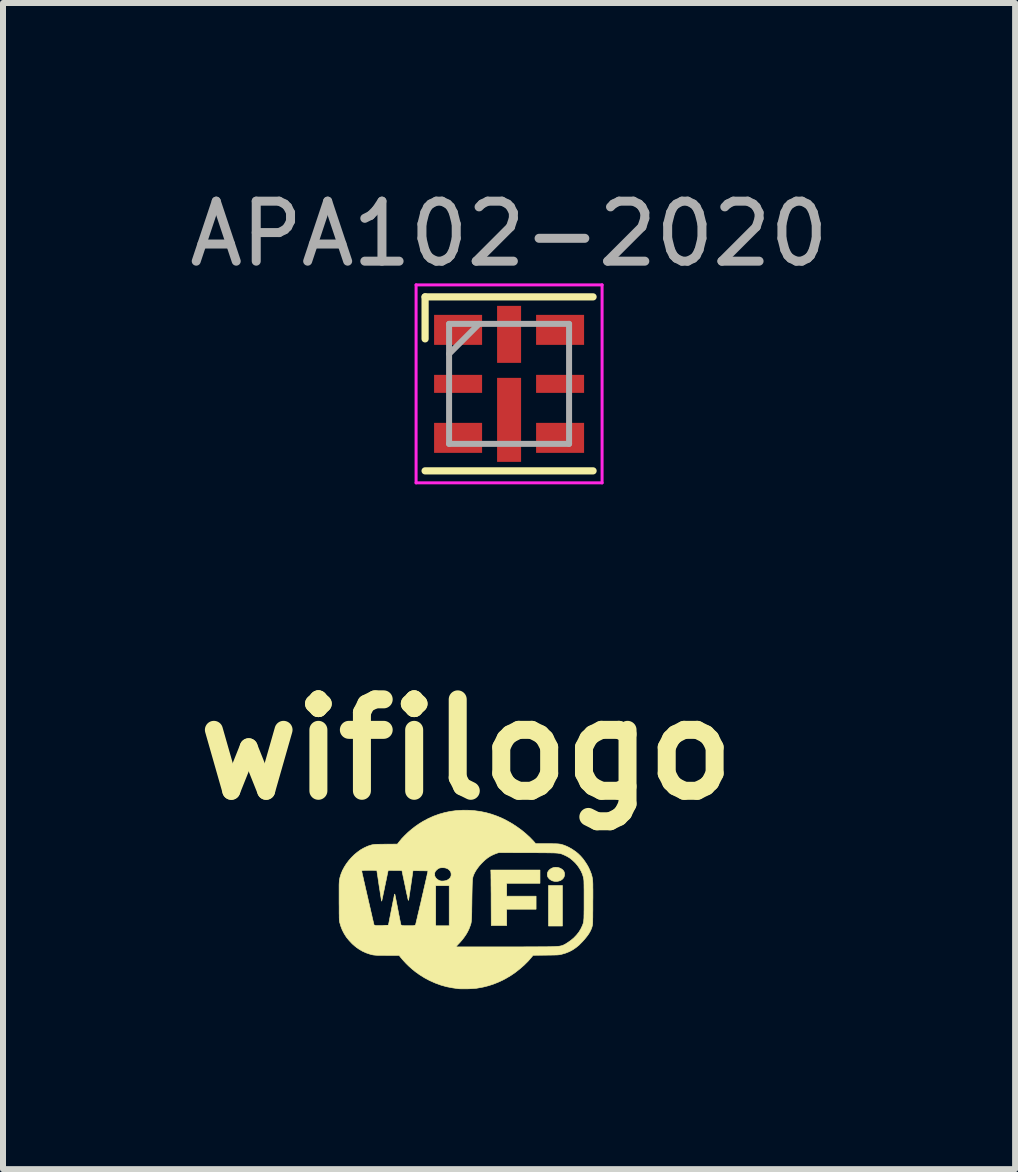
<source format=kicad_pcb>
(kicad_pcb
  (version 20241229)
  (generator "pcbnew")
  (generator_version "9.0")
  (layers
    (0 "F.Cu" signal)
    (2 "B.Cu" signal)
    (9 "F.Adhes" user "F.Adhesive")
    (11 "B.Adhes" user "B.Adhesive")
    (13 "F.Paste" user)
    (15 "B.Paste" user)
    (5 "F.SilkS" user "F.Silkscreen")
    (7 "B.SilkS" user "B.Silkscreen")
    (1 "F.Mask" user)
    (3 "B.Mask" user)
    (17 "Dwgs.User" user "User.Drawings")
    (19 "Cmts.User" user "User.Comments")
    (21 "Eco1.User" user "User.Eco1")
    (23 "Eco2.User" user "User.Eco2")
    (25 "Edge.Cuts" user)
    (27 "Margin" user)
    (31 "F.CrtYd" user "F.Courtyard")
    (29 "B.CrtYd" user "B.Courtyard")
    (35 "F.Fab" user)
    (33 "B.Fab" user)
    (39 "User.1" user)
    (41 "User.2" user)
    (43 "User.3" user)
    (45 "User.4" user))
  (footprint "wifilogo"
    (layer "F.Cu")
    (at 4.724 11.941)
    (property "Reference" "wifilogo" (at 0 -2.5 0) (layer "F.SilkS") (effects (font (size 1.524 1.524) (thickness 0.3))))
    (attr through_hole)
    (fp_poly (pts (xy 1.6 0.443) (xy 1.368 0.443) (xy 1.368 -0.232) (xy 1.6 -0.232) (xy 1.6 0.443)) (stroke (width 0.01) (type solid)) (fill yes) (layer "F.SilkS"))
    (fp_poly (pts (xy 1.226 -0.269) (xy 0.671 -0.269) (xy 0.671 -0.054) (xy 1.161 -0.054) (xy 1.161 0.163) (xy 0.671 0.163) (xy 0.671 0.435) (xy 0.414 0.435) (xy 0.412 0.015) (xy 0.412 -0.04) (xy 0.412 -0.094) (xy 0.411 -0.146) (xy 0.411 -0.196) (xy 0.41 -0.243) (xy 0.41 -0.286) (xy 0.41 -0.326) (xy 0.409 -0.361) (xy 0.409 -0.39) (xy 0.409 -0.415) (xy 0.408 -0.433) (xy 0.408 -0.445) (xy 0.408 -0.447) (xy 0.406 -0.49) (xy 1.226 -0.49) (xy 1.226 -0.269)) (stroke (width 0.01) (type solid)) (fill yes) (layer "F.SilkS"))
    (fp_poly (pts (xy 1.51 -0.535) (xy 1.516 -0.534) (xy 1.546 -0.527) (xy 1.573 -0.515) (xy 1.597 -0.5) (xy 1.616 -0.481) (xy 1.627 -0.463) (xy 1.631 -0.451) (xy 1.635 -0.435) (xy 1.636 -0.425) (xy 1.634 -0.397) (xy 1.626 -0.372) (xy 1.612 -0.351) (xy 1.593 -0.332) (xy 1.57 -0.317) (xy 1.543 -0.307) (xy 1.513 -0.301) (xy 1.48 -0.3) (xy 1.467 -0.302) (xy 1.438 -0.308) (xy 1.411 -0.321) (xy 1.386 -0.338) (xy 1.367 -0.359) (xy 1.357 -0.374) (xy 1.35 -0.394) (xy 1.348 -0.416) (xy 1.35 -0.439) (xy 1.357 -0.459) (xy 1.373 -0.483) (xy 1.394 -0.503) (xy 1.419 -0.519) (xy 1.447 -0.53) (xy 1.478 -0.536) (xy 1.51 -0.535)) (stroke (width 0.01) (type solid)) (fill yes) (layer "F.SilkS"))
    (fp_poly (pts (xy 0.039 -1.486) (xy 0.136 -1.479) (xy 0.231 -1.466) (xy 0.325 -1.447) (xy 0.418 -1.421) (xy 0.511 -1.388) (xy 0.526 -1.382) (xy 0.607 -1.347) (xy 0.688 -1.305) (xy 0.768 -1.259) (xy 0.845 -1.208) (xy 0.92 -1.154) (xy 0.99 -1.096) (xy 1.056 -1.036) (xy 1.115 -0.975) (xy 1.124 -0.965) (xy 1.155 -0.929) (xy 1.337 -0.929) (xy 1.382 -0.929) (xy 1.421 -0.929) (xy 1.454 -0.928) (xy 1.482 -0.928) (xy 1.505 -0.927) (xy 1.525 -0.926) (xy 1.543 -0.924) (xy 1.558 -0.922) (xy 1.572 -0.92) (xy 1.585 -0.916) (xy 1.599 -0.912) (xy 1.614 -0.908) (xy 1.621 -0.905) (xy 1.661 -0.89) (xy 1.704 -0.87) (xy 1.747 -0.846) (xy 1.789 -0.819) (xy 1.828 -0.791) (xy 1.862 -0.763) (xy 1.901 -0.725) (xy 1.939 -0.682) (xy 1.974 -0.634) (xy 2.007 -0.584) (xy 2.036 -0.533) (xy 2.06 -0.48) (xy 2.08 -0.429) (xy 2.092 -0.388) (xy 2.094 -0.377) (xy 2.097 -0.365) (xy 2.099 -0.354) (xy 2.101 -0.342) (xy 2.102 -0.328) (xy 2.104 -0.313) (xy 2.105 -0.296) (xy 2.106 -0.277) (xy 2.107 -0.254) (xy 2.107 -0.228) (xy 2.107 -0.197) (xy 2.108 -0.163) (xy 2.108 -0.123) (xy 2.108 -0.078) (xy 2.108 -0.026) (xy 2.107 0.032) (xy 2.107 0.069) (xy 2.107 0.127) (xy 2.107 0.179) (xy 2.106 0.224) (xy 2.106 0.263) (xy 2.106 0.297) (xy 2.105 0.326) (xy 2.105 0.35) (xy 2.105 0.37) (xy 2.104 0.386) (xy 2.104 0.4) (xy 2.103 0.41) (xy 2.102 0.419) (xy 2.101 0.425) (xy 2.1 0.43) (xy 2.1 0.432) (xy 2.091 0.465) (xy 2.079 0.497) (xy 2.064 0.529) (xy 2.047 0.56) (xy 2.025 0.593) (xy 1.999 0.627) (xy 1.969 0.664) (xy 1.933 0.704) (xy 1.925 0.712) (xy 1.876 0.762) (xy 1.824 0.804) (xy 1.771 0.84) (xy 1.715 0.87) (xy 1.655 0.894) (xy 1.591 0.913) (xy 1.573 0.917) (xy 1.564 0.919) (xy 1.555 0.921) (xy 1.547 0.922) (xy 1.538 0.923) (xy 1.528 0.924) (xy 1.517 0.925) (xy 1.502 0.926) (xy 1.485 0.926) (xy 1.464 0.927) (xy 1.438 0.927) (xy 1.407 0.928) (xy 1.37 0.928) (xy 1.327 0.929) (xy 1.32 0.929) (xy 1.111 0.931) (xy 1.093 0.954) (xy 1.032 1.025) (xy 0.965 1.092) (xy 0.892 1.156) (xy 0.816 1.216) (xy 0.736 1.271) (xy 0.654 1.319) (xy 0.609 1.343) (xy 0.527 1.381) (xy 0.446 1.413) (xy 0.365 1.439) (xy 0.282 1.46) (xy 0.195 1.476) (xy 0.165 1.481) (xy 0.143 1.483) (xy 0.114 1.485) (xy 0.082 1.487) (xy 0.047 1.489) (xy 0.011 1.49) (xy -0.025 1.49) (xy -0.059 1.49) (xy -0.09 1.49) (xy -0.116 1.489) (xy -0.131 1.488) (xy -0.231 1.474) (xy -0.33 1.455) (xy -0.426 1.428) (xy -0.519 1.394) (xy -0.61 1.354) (xy -0.698 1.307) (xy -0.784 1.253) (xy -0.851 1.205) (xy -0.904 1.162) (xy -0.957 1.115) (xy -1.007 1.066) (xy -1.054 1.015) (xy -1.09 0.973) (xy -1.122 0.933) (xy -1.315 0.933) (xy -1.361 0.932) (xy -1.401 0.932) (xy -1.435 0.932) (xy -1.464 0.932) (xy -1.489 0.931) (xy -1.51 0.93) (xy -1.528 0.928) (xy -1.544 0.927) (xy -1.558 0.924) (xy -1.572 0.922) (xy -1.586 0.918) (xy -1.601 0.914) (xy -1.609 0.912) (xy -1.674 0.89) (xy -1.737 0.861) (xy -1.797 0.825) (xy -1.843 0.791) (xy -0.178 0.791) (xy 0.569 0.791) (xy 0.643 0.791) (xy 0.717 0.791) (xy 0.789 0.791) (xy 0.859 0.791) (xy 0.927 0.791) (xy 0.992 0.79) (xy 1.055 0.79) (xy 1.113 0.79) (xy 1.168 0.79) (xy 1.219 0.789) (xy 1.265 0.789) (xy 1.306 0.789) (xy 1.341 0.789) (xy 1.371 0.788) (xy 1.394 0.788) (xy 1.41 0.788) (xy 1.415 0.787) (xy 1.456 0.786) (xy 1.491 0.784) (xy 1.52 0.782) (xy 1.545 0.78) (xy 1.566 0.776) (xy 1.585 0.772) (xy 1.603 0.766) (xy 1.62 0.759) (xy 1.638 0.75) (xy 1.657 0.739) (xy 1.679 0.725) (xy 1.684 0.722) (xy 1.74 0.683) (xy 1.79 0.641) (xy 1.835 0.594) (xy 1.874 0.545) (xy 1.906 0.493) (xy 1.932 0.438) (xy 1.943 0.409) (xy 1.946 0.399) (xy 1.949 0.389) (xy 1.951 0.378) (xy 1.953 0.366) (xy 1.955 0.352) (xy 1.956 0.337) (xy 1.958 0.318) (xy 1.959 0.296) (xy 1.959 0.271) (xy 1.96 0.242) (xy 1.96 0.207) (xy 1.961 0.168) (xy 1.961 0.123) (xy 1.961 0.072) (xy 1.961 0.014) (xy 1.961 0.005) (xy 1.961 -0.057) (xy 1.961 -0.113) (xy 1.961 -0.161) (xy 1.96 -0.204) (xy 1.96 -0.24) (xy 1.959 -0.269) (xy 1.959 -0.293) (xy 1.958 -0.311) (xy 1.957 -0.324) (xy 1.957 -0.326) (xy 1.948 -0.374) (xy 1.933 -0.423) (xy 1.911 -0.472) (xy 1.884 -0.519) (xy 1.852 -0.565) (xy 1.815 -0.609) (xy 1.773 -0.649) (xy 1.728 -0.686) (xy 1.725 -0.688) (xy 1.705 -0.701) (xy 1.681 -0.715) (xy 1.654 -0.729) (xy 1.628 -0.741) (xy 1.603 -0.752) (xy 1.581 -0.76) (xy 1.573 -0.762) (xy 1.564 -0.764) (xy 1.555 -0.766) (xy 1.546 -0.768) (xy 1.536 -0.769) (xy 1.525 -0.771) (xy 1.513 -0.772) (xy 1.499 -0.773) (xy 1.482 -0.774) (xy 1.463 -0.775) (xy 1.441 -0.776) (xy 1.415 -0.776) (xy 1.385 -0.777) (xy 1.351 -0.777) (xy 1.313 -0.778) (xy 1.269 -0.778) (xy 1.22 -0.778) (xy 1.165 -0.779) (xy 1.103 -0.779) (xy 1.035 -0.779) (xy 1.007 -0.779) (xy 0.542 -0.781) (xy 0.502 -0.768) (xy 0.451 -0.748) (xy 0.403 -0.724) (xy 0.357 -0.695) (xy 0.313 -0.66) (xy 0.286 -0.635) (xy 0.249 -0.598) (xy 0.215 -0.56) (xy 0.185 -0.521) (xy 0.159 -0.483) (xy 0.137 -0.445) (xy 0.121 -0.41) (xy 0.109 -0.377) (xy 0.107 -0.368) (xy 0.105 -0.356) (xy 0.103 -0.342) (xy 0.101 -0.325) (xy 0.1 -0.304) (xy 0.098 -0.279) (xy 0.097 -0.25) (xy 0.096 -0.216) (xy 0.095 -0.176) (xy 0.094 -0.132) (xy 0.093 -0.081) (xy 0.092 -0.024) (xy 0.091 0.04) (xy 0.091 0.058) (xy 0.09 0.113) (xy 0.089 0.162) (xy 0.089 0.204) (xy 0.088 0.241) (xy 0.087 0.273) (xy 0.086 0.3) (xy 0.085 0.324) (xy 0.083 0.344) (xy 0.082 0.361) (xy 0.08 0.376) (xy 0.078 0.39) (xy 0.075 0.402) (xy 0.072 0.413) (xy 0.068 0.425) (xy 0.064 0.437) (xy 0.062 0.442) (xy 0.043 0.492) (xy 0.021 0.538) (xy -0.005 0.583) (xy -0.035 0.627) (xy -0.069 0.672) (xy -0.109 0.718) (xy -0.131 0.741) (xy -0.178 0.791) (xy -1.843 0.791) (xy -1.855 0.782) (xy -1.903 0.74) (xy -1.954 0.686) (xy -2 0.63) (xy -2.038 0.57) (xy -2.07 0.508) (xy -2.095 0.443) (xy -2.113 0.38) (xy -2.114 0.374) (xy -2.115 0.368) (xy -2.116 0.362) (xy -2.117 0.354) (xy -2.118 0.346) (xy -2.119 0.335) (xy -2.119 0.322) (xy -2.12 0.305) (xy -2.12 0.286) (xy -2.12 0.262) (xy -2.121 0.235) (xy -2.121 0.202) (xy -2.121 0.164) (xy -2.121 0.119) (xy -2.122 0.069) (xy -2.122 0.029) (xy -2.122 -0.028) (xy -2.122 -0.078) (xy -2.122 -0.121) (xy -2.122 -0.159) (xy -2.122 -0.192) (xy -2.122 -0.22) (xy -2.122 -0.244) (xy -2.121 -0.265) (xy -2.12 -0.282) (xy -2.119 -0.297) (xy -2.118 -0.31) (xy -2.117 -0.321) (xy -2.115 -0.332) (xy -2.113 -0.342) (xy -2.111 -0.351) (xy -2.109 -0.362) (xy -2.108 -0.366) (xy -2.09 -0.425) (xy -2.072 -0.468) (xy -1.744 -0.468) (xy -1.742 -0.456) (xy -1.742 -0.455) (xy -1.738 -0.437) (xy -1.733 -0.413) (xy -1.726 -0.384) (xy -1.718 -0.35) (xy -1.71 -0.312) (xy -1.7 -0.27) (xy -1.69 -0.226) (xy -1.68 -0.179) (xy -1.668 -0.131) (xy -1.657 -0.081) (xy -1.645 -0.031) (xy -1.634 0.02) (xy -1.622 0.07) (xy -1.611 0.118) (xy -1.6 0.165) (xy -1.59 0.21) (xy -1.58 0.251) (xy -1.572 0.289) (xy -1.564 0.323) (xy -1.557 0.353) (xy -1.551 0.377) (xy -1.547 0.395) (xy -1.544 0.407) (xy -1.544 0.407) (xy -1.54 0.421) (xy -1.537 0.429) (xy -1.531 0.433) (xy -1.521 0.435) (xy -1.511 0.437) (xy -1.504 0.437) (xy -1.492 0.437) (xy -1.474 0.437) (xy -1.454 0.437) (xy -1.431 0.437) (xy -1.407 0.437) (xy -1.383 0.436) (xy -1.36 0.435) (xy -1.34 0.435) (xy -1.323 0.434) (xy -1.31 0.433) (xy -1.303 0.433) (xy -1.302 0.432) (xy -1.301 0.428) (xy -1.299 0.418) (xy -1.295 0.402) (xy -1.291 0.382) (xy -1.286 0.357) (xy -1.281 0.329) (xy -1.275 0.299) (xy -1.274 0.294) (xy -1.264 0.244) (xy -1.255 0.196) (xy -1.246 0.15) (xy -1.237 0.106) (xy -1.229 0.066) (xy -1.222 0.029) (xy -1.215 -0.003) (xy -1.209 -0.031) (xy -1.205 -0.054) (xy -1.201 -0.071) (xy -1.199 -0.081) (xy -1.198 -0.084) (xy -1.196 -0.089) (xy -1.194 -0.088) (xy -1.192 -0.081) (xy -1.191 -0.078) (xy -1.19 -0.072) (xy -1.187 -0.06) (xy -1.183 -0.041) (xy -1.179 -0.018) (xy -1.173 0.011) (xy -1.167 0.043) (xy -1.16 0.078) (xy -1.152 0.117) (xy -1.145 0.157) (xy -1.141 0.176) (xy -1.133 0.217) (xy -1.126 0.256) (xy -1.118 0.292) (xy -1.112 0.326) (xy -1.106 0.355) (xy -1.101 0.38) (xy -1.097 0.4) (xy -1.093 0.415) (xy -1.091 0.423) (xy -1.091 0.425) (xy -1.083 0.433) (xy -1.076 0.436) (xy -1.068 0.437) (xy -1.054 0.437) (xy -1.036 0.438) (xy -1.014 0.438) (xy -0.99 0.438) (xy -0.965 0.438) (xy -0.94 0.438) (xy -0.917 0.438) (xy -0.897 0.438) (xy -0.88 0.437) (xy -0.869 0.436) (xy -0.866 0.436) (xy -0.857 0.433) (xy -0.851 0.431) (xy -0.85 0.431) (xy -0.849 0.427) (xy -0.847 0.416) (xy -0.842 0.4) (xy -0.837 0.378) (xy -0.831 0.351) (xy -0.823 0.32) (xy -0.815 0.284) (xy -0.806 0.245) (xy -0.796 0.203) (xy -0.785 0.159) (xy -0.775 0.113) (xy -0.763 0.065) (xy -0.752 0.016) (xy -0.741 -0.033) (xy -0.73 -0.082) (xy -0.718 -0.13) (xy -0.708 -0.177) (xy -0.697 -0.223) (xy -0.696 -0.229) (xy -0.512 -0.229) (xy -0.512 0.439) (xy -0.287 0.439) (xy -0.287 -0.229) (xy -0.512 -0.229) (xy -0.696 -0.229) (xy -0.687 -0.266) (xy -0.678 -0.307) (xy -0.669 -0.344) (xy -0.662 -0.378) (xy -0.655 -0.408) (xy -0.654 -0.414) (xy -0.531 -0.414) (xy -0.527 -0.391) (xy -0.522 -0.379) (xy -0.509 -0.358) (xy -0.49 -0.339) (xy -0.467 -0.323) (xy -0.443 -0.312) (xy -0.429 -0.308) (xy -0.408 -0.306) (xy -0.384 -0.307) (xy -0.36 -0.31) (xy -0.337 -0.315) (xy -0.335 -0.316) (xy -0.309 -0.328) (xy -0.287 -0.344) (xy -0.27 -0.363) (xy -0.259 -0.385) (xy -0.257 -0.39) (xy -0.255 -0.408) (xy -0.255 -0.428) (xy -0.259 -0.448) (xy -0.264 -0.463) (xy -0.275 -0.478) (xy -0.29 -0.494) (xy -0.307 -0.507) (xy -0.321 -0.515) (xy -0.344 -0.523) (xy -0.37 -0.528) (xy -0.397 -0.529) (xy -0.423 -0.528) (xy -0.446 -0.524) (xy -0.459 -0.519) (xy -0.476 -0.509) (xy -0.492 -0.495) (xy -0.508 -0.48) (xy -0.519 -0.465) (xy -0.523 -0.459) (xy -0.529 -0.437) (xy -0.531 -0.414) (xy -0.654 -0.414) (xy -0.65 -0.433) (xy -0.645 -0.452) (xy -0.643 -0.466) (xy -0.641 -0.474) (xy -0.641 -0.475) (xy -0.645 -0.476) (xy -0.655 -0.476) (xy -0.671 -0.477) (xy -0.692 -0.477) (xy -0.716 -0.478) (xy -0.744 -0.478) (xy -0.767 -0.478) (xy -0.891 -0.48) (xy -0.912 -0.333) (xy -0.919 -0.288) (xy -0.925 -0.243) (xy -0.932 -0.2) (xy -0.938 -0.16) (xy -0.943 -0.122) (xy -0.949 -0.088) (xy -0.953 -0.058) (xy -0.957 -0.032) (xy -0.96 -0.012) (xy -0.963 0.002) (xy -0.964 0.009) (xy -0.966 0.015) (xy -0.968 0.015) (xy -0.969 0.014) (xy -0.97 0.009) (xy -0.973 -0.003) (xy -0.978 -0.022) (xy -0.983 -0.047) (xy -0.99 -0.079) (xy -0.999 -0.117) (xy -1.008 -0.162) (xy -1.018 -0.212) (xy -1.03 -0.267) (xy -1.043 -0.329) (xy -1.045 -0.341) (xy -1.052 -0.371) (xy -1.058 -0.4) (xy -1.063 -0.425) (xy -1.068 -0.447) (xy -1.071 -0.464) (xy -1.074 -0.476) (xy -1.075 -0.481) (xy -1.075 -0.481) (xy -1.079 -0.482) (xy -1.089 -0.482) (xy -1.105 -0.482) (xy -1.125 -0.483) (xy -1.149 -0.483) (xy -1.176 -0.483) (xy -1.19 -0.483) (xy -1.304 -0.484) (xy -1.318 -0.421) (xy -1.321 -0.404) (xy -1.326 -0.38) (xy -1.332 -0.352) (xy -1.338 -0.32) (xy -1.346 -0.286) (xy -1.353 -0.25) (xy -1.361 -0.213) (xy -1.364 -0.196) (xy -1.374 -0.148) (xy -1.383 -0.108) (xy -1.39 -0.073) (xy -1.396 -0.044) (xy -1.401 -0.021) (xy -1.405 -0.003) (xy -1.408 0.011) (xy -1.41 0.02) (xy -1.412 0.026) (xy -1.413 0.028) (xy -1.413 0.028) (xy -1.414 0.024) (xy -1.416 0.014) (xy -1.419 -0.002) (xy -1.423 -0.024) (xy -1.427 -0.049) (xy -1.432 -0.079) (xy -1.437 -0.112) (xy -1.442 -0.147) (xy -1.448 -0.183) (xy -1.454 -0.221) (xy -1.46 -0.26) (xy -1.465 -0.298) (xy -1.471 -0.335) (xy -1.476 -0.37) (xy -1.481 -0.403) (xy -1.483 -0.414) (xy -1.493 -0.482) (xy -1.526 -0.484) (xy -1.542 -0.485) (xy -1.563 -0.486) (xy -1.586 -0.486) (xy -1.611 -0.486) (xy -1.636 -0.486) (xy -1.661 -0.485) (xy -1.685 -0.485) (xy -1.706 -0.484) (xy -1.723 -0.483) (xy -1.735 -0.482) (xy -1.742 -0.48) (xy -1.742 -0.48) (xy -1.744 -0.476) (xy -1.744 -0.468) (xy -2.072 -0.468) (xy -2.065 -0.484) (xy -2.035 -0.541) (xy -1.999 -0.597) (xy -1.959 -0.65) (xy -1.914 -0.701) (xy -1.866 -0.748) (xy -1.815 -0.79) (xy -1.762 -0.828) (xy -1.707 -0.859) (xy -1.651 -0.885) (xy -1.624 -0.895) (xy -1.608 -0.9) (xy -1.595 -0.904) (xy -1.582 -0.908) (xy -1.569 -0.911) (xy -1.557 -0.913) (xy -1.543 -0.915) (xy -1.527 -0.917) (xy -1.509 -0.918) (xy -1.487 -0.919) (xy -1.461 -0.919) (xy -1.431 -0.92) (xy -1.395 -0.92) (xy -1.352 -0.921) (xy -1.342 -0.921) (xy -1.151 -0.922) (xy -1.124 -0.957) (xy -1.079 -1.012) (xy -1.027 -1.066) (xy -0.971 -1.12) (xy -0.911 -1.171) (xy -0.848 -1.22) (xy -0.784 -1.264) (xy -0.724 -1.301) (xy -0.636 -1.348) (xy -0.547 -1.388) (xy -0.456 -1.421) (xy -0.364 -1.447) (xy -0.27 -1.467) (xy -0.173 -1.48) (xy -0.073 -1.486) (xy -0.062 -1.487) (xy 0.039 -1.486)) (stroke (width 0.01) (type solid)) (fill yes) (layer "F.SilkS")))
  (footprint "APA102-2020"
    (layer "F.Cu")
    (at 5.435 3.348)
    (property "Reference" "APA102-2020" (at 0 -2.5 0) (layer "F.Fab") (effects (font (size 1 1) (thickness 0.15))))
    (attr smd)
    (fp_line (start -1.4 -1.45) (end 1.4 -1.45) (stroke (width 0.12) (type solid)) (layer "F.SilkS"))
    (fp_line (start -1.4 -0.75) (end -1.4 -1.45) (stroke (width 0.12) (type solid)) (layer "F.SilkS"))
    (fp_line (start -1.4 1.45) (end 1.4 1.45) (stroke (width 0.12) (type solid)) (layer "F.SilkS"))
    (fp_line (start -1.55 -1.65) (end -1.55 1.65) (stroke (width 0.05) (type solid)) (layer "F.CrtYd"))
    (fp_line (start -1.55 1.65) (end 1.55 1.65) (stroke (width 0.05) (type solid)) (layer "F.CrtYd"))
    (fp_line (start 1.55 -1.65) (end -1.55 -1.65) (stroke (width 0.05) (type solid)) (layer "F.CrtYd"))
    (fp_line (start 1.55 1.65) (end 1.55 -1.65) (stroke (width 0.05) (type solid)) (layer "F.CrtYd"))
    (fp_line (start -1 -1) (end 1 -1) (stroke (width 0.1) (type solid)) (layer "F.Fab"))
    (fp_line (start -1 -0.5) (end -0.5 -1) (stroke (width 0.1) (type solid)) (layer "F.Fab"))
    (fp_line (start -1 1) (end -1 -1) (stroke (width 0.1) (type solid)) (layer "F.Fab"))
    (fp_line (start 1 -1) (end 1 1) (stroke (width 0.1) (type solid)) (layer "F.Fab"))
    (fp_line (start 1 1) (end -1 1) (stroke (width 0.1) (type solid)) (layer "F.Fab"))
    (pad "1" smd rect (at -0.85 -0.9) (size 0.8 0.5) (layers "F.Cu" "F.Mask" "F.Paste"))
    (pad "1" smd rect (at 0 -0.825) (size 0.4 0.95) (layers "F.Cu" "F.Mask" "F.Paste"))
    (pad "2" smd rect (at -0.85 0) (size 0.8 0.3) (layers "F.Cu" "F.Mask" "F.Paste"))
    (pad "3" smd rect (at -0.85 0.9) (size 0.8 0.5) (layers "F.Cu" "F.Mask" "F.Paste"))
    (pad "4" smd rect (at 0.85 0.9) (size 0.8 0.5) (layers "F.Cu" "F.Mask" "F.Paste"))
    (pad "5" smd rect (at 0.85 0) (size 0.8 0.3) (layers "F.Cu" "F.Mask" "F.Paste"))
    (pad "6" smd rect (at 0 0.6) (size 0.4 1.4) (layers "F.Cu" "F.Mask" "F.Paste"))
    (pad "6" smd rect (at 0.85 -0.9) (size 0.8 0.5) (layers "F.Cu" "F.Mask" "F.Paste")))
  (gr_rect
    (start -3 -3)
    (end 13.869 16.436)
    (stroke (width 0.1) (type default))
    (fill no)
    (layer "Edge.Cuts")))
</source>
